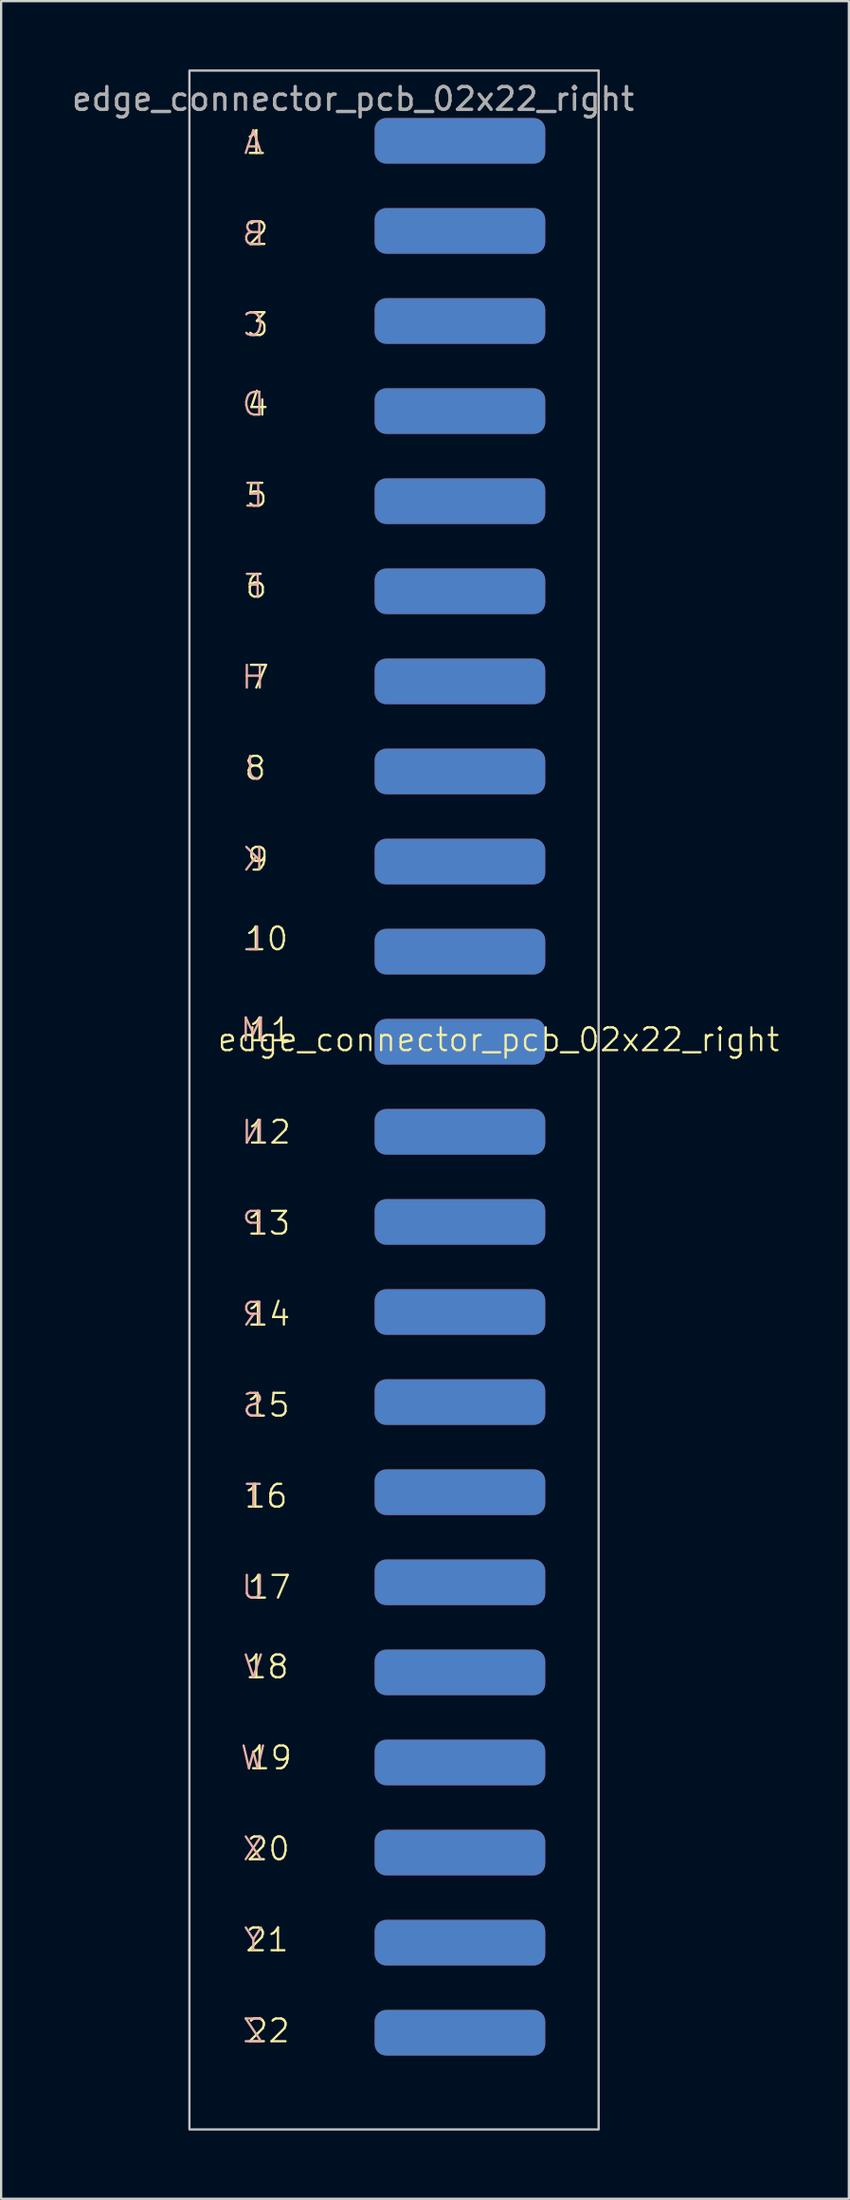
<source format=kicad_pcb>
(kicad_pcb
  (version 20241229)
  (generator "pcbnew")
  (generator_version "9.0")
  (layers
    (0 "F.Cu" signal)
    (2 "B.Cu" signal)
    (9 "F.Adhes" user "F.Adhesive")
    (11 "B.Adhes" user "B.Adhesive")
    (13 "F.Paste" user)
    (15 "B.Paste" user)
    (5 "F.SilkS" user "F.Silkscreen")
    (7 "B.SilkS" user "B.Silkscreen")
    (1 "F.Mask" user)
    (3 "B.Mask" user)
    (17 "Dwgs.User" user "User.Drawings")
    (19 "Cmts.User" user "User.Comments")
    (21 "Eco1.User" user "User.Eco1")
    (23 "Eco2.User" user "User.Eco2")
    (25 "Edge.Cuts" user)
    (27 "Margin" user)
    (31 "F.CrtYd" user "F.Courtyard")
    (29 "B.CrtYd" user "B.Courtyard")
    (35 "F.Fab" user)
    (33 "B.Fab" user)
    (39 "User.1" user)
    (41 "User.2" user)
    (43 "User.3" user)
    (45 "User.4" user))
  (footprint "edge_connector_pcb_02x22_right"
    (layer "F.Cu")
    (at 21.282 43.8)
    (property "Reference" "edge_connector_pcb_02x22_right" (at -2.4 -1.15 0) (unlocked yes) (layer "F.SilkS") (effects (font (size 1 1) (thickness 0.1))))
    (attr smd)
    (fp_rect (start -16 -43.75) (end 2 46.75) (stroke (width 0.1) (type default)) (fill no) (layer "Dwgs.User"))
    (fp_text user "19" (at -13.457 31 0) (unlocked yes) (layer "F.SilkS") (effects (font (size 1 1) (thickness 0.1)) (justify left bottom)))
    (fp_text user "13" (at -13.529 7.5 0) (unlocked yes) (layer "F.SilkS") (effects (font (size 1 1) (thickness 0.1)) (justify left bottom)))
    (fp_text user "16" (at -13.648 19.5 0) (unlocked yes) (layer "F.SilkS") (effects (font (size 1 1) (thickness 0.1)) (justify left bottom)))
    (fp_text user "22" (at -13.552 43 0) (unlocked yes) (layer "F.SilkS") (effects (font (size 1 1) (thickness 0.1)) (justify left bottom)))
    (fp_text user "21" (at -13.6 39 0) (unlocked yes) (layer "F.SilkS") (effects (font (size 1 1) (thickness 0.1)) (justify left bottom)))
    (fp_text user "7" (at -13.505 -16.5 0) (unlocked yes) (layer "F.SilkS") (effects (font (size 1 1) (thickness 0.1)) (justify left bottom)))
    (fp_text user "9" (at -13.529 -8.5 0) (unlocked yes) (layer "F.SilkS") (effects (font (size 1 1) (thickness 0.1)) (justify left bottom)))
    (fp_text user "8" (at -13.648 -12.5 0) (unlocked yes) (layer "F.SilkS") (effects (font (size 1 1) (thickness 0.1)) (justify left bottom)))
    (fp_text user "18" (at -13.6 27 0) (unlocked yes) (layer "F.SilkS") (effects (font (size 1 1) (thickness 0.1)) (justify left bottom)))
    (fp_text user "5" (at -13.576 -24.5 0) (unlocked yes) (layer "F.SilkS") (effects (font (size 1 1) (thickness 0.1)) (justify left bottom)))
    (fp_text user "14" (at -13.529 11.5 0) (unlocked yes) (layer "F.SilkS") (effects (font (size 1 1) (thickness 0.1)) (justify left bottom)))
    (fp_text user "15" (at -13.552 15.5 0) (unlocked yes) (layer "F.SilkS") (effects (font (size 1 1) (thickness 0.1)) (justify left bottom)))
    (fp_text user "10" (at -13.624 -5 0) (unlocked yes) (layer "F.SilkS") (effects (font (size 1 1) (thickness 0.1)) (justify left bottom)))
    (fp_text user "17" (at -13.505 23.5 0) (unlocked yes) (layer "F.SilkS") (effects (font (size 1 1) (thickness 0.1)) (justify left bottom)))
    (fp_text user "1" (at -13.6 -40 0) (unlocked yes) (layer "F.SilkS") (effects (font (size 1 1) (thickness 0.1)) (justify left bottom)))
    (fp_text user "4" (at -13.529 -28.5 0) (unlocked yes) (layer "F.SilkS") (effects (font (size 1 1) (thickness 0.1)) (justify left bottom)))
    (fp_text user "2" (at -13.529 -36 0) (unlocked yes) (layer "F.SilkS") (effects (font (size 1 1) (thickness 0.1)) (justify left bottom)))
    (fp_text user "6" (at -13.6 -20.5 0) (unlocked yes) (layer "F.SilkS") (effects (font (size 1 1) (thickness 0.1)) (justify left bottom)))
    (fp_text user "12" (at -13.505 3.5 0) (unlocked yes) (layer "F.SilkS") (effects (font (size 1 1) (thickness 0.1)) (justify left bottom)))
    (fp_text user "20" (at -13.552 35 0) (unlocked yes) (layer "F.SilkS") (effects (font (size 1 1) (thickness 0.1)) (justify left bottom)))
    (fp_text user "3" (at -13.529 -32 0) (unlocked yes) (layer "F.SilkS") (effects (font (size 1 1) (thickness 0.1)) (justify left bottom)))
    (fp_text user "11" (at -13.457 -1 0) (unlocked yes) (layer "F.SilkS") (effects (font (size 1 1) (thickness 0.1)) (justify left bottom)))
    (fp_text user "D" (at -12.624 -28.5 0) (unlocked yes) (layer "B.SilkS") (effects (font (size 1 1) (thickness 0.1)) (justify left bottom mirror)))
    (fp_text user "U" (at -12.6 23.5 0) (unlocked yes) (layer "B.SilkS") (effects (font (size 1 1) (thickness 0.1)) (justify left bottom mirror)))
    (fp_text user "E" (at -12.671 -24.5 0) (unlocked yes) (layer "B.SilkS") (effects (font (size 1 1) (thickness 0.1)) (justify left bottom mirror)))
    (fp_text user "M" (at -12.552 -1 0) (unlocked yes) (layer "B.SilkS") (effects (font (size 1 1) (thickness 0.1)) (justify left bottom mirror)))
    (fp_text user "A" (at -12.695 -40 0) (unlocked yes) (layer "B.SilkS") (effects (font (size 1 1) (thickness 0.1)) (justify left bottom mirror)))
    (fp_text user "L" (at -12.719 -5 0) (unlocked yes) (layer "B.SilkS") (effects (font (size 1 1) (thickness 0.1)) (justify left bottom mirror)))
    (fp_text user "K" (at -12.624 -8.5 0) (unlocked yes) (layer "B.SilkS") (effects (font (size 1 1) (thickness 0.1)) (justify left bottom mirror)))
    (fp_text user "F" (at -12.695 -20.5 0) (unlocked yes) (layer "B.SilkS") (effects (font (size 1 1) (thickness 0.1)) (justify left bottom mirror)))
    (fp_text user "W" (at -12.552 31 0) (unlocked yes) (layer "B.SilkS") (effects (font (size 1 1) (thickness 0.1)) (justify left bottom mirror)))
    (fp_text user "J" (at -12.743 -12.5 0) (unlocked yes) (layer "B.SilkS") (effects (font (size 1 1) (thickness 0.1)) (justify left bottom mirror)))
    (fp_text user "T" (at -12.743 19.5 0) (unlocked yes) (layer "B.SilkS") (effects (font (size 1 1) (thickness 0.1)) (justify left bottom mirror)))
    (fp_text user "R" (at -12.624 11.5 0) (unlocked yes) (layer "B.SilkS") (effects (font (size 1 1) (thickness 0.1)) (justify left bottom mirror)))
    (fp_text user "C" (at -12.624 -32 0) (unlocked yes) (layer "B.SilkS") (effects (font (size 1 1) (thickness 0.1)) (justify left bottom mirror)))
    (fp_text user "Z" (at -12.648 43 0) (unlocked yes) (layer "B.SilkS") (effects (font (size 1 1) (thickness 0.1)) (justify left bottom mirror)))
    (fp_text user "H" (at -12.6 -16.5 0) (unlocked yes) (layer "B.SilkS") (effects (font (size 1 1) (thickness 0.1)) (justify left bottom mirror)))
    (fp_text user "X" (at -12.648 35 0) (unlocked yes) (layer "B.SilkS") (effects (font (size 1 1) (thickness 0.1)) (justify left bottom mirror)))
    (fp_text user "Y" (at -12.695 39 0) (unlocked yes) (layer "B.SilkS") (effects (font (size 1 1) (thickness 0.1)) (justify left bottom mirror)))
    (fp_text user "P" (at -12.624 7.5 0) (unlocked yes) (layer "B.SilkS") (effects (font (size 1 1) (thickness 0.1)) (justify left bottom mirror)))
    (fp_text user "V" (at -12.695 27 0) (unlocked yes) (layer "B.SilkS") (effects (font (size 1 1) (thickness 0.1)) (justify left bottom mirror)))
    (fp_text user "S" (at -12.648 15.5 0) (unlocked yes) (layer "B.SilkS") (effects (font (size 1 1) (thickness 0.1)) (justify left bottom mirror)))
    (fp_text user "N" (at -12.6 3.5 0) (unlocked yes) (layer "B.SilkS") (effects (font (size 1 1) (thickness 0.1)) (justify left bottom mirror)))
    (fp_text user "B" (at -12.624 -36 0) (unlocked yes) (layer "B.SilkS") (effects (font (size 1 1) (thickness 0.1)) (justify left bottom mirror)))
    (fp_text user "${REFERENCE}" (at -8.8 -42.5 0) (unlocked yes) (layer "F.Fab") (effects (font (size 1 1) (thickness 0.15))))
    (pad "1" smd roundrect (at -4.1 -40.66) (size 7.5 2) (layers "F.Cu" "F.Mask" "F.Paste") (roundrect_rratio 0.25))
    (pad "2" smd roundrect (at -4.1 -36.7) (size 7.5 2) (layers "F.Cu" "F.Mask" "F.Paste") (roundrect_rratio 0.25))
    (pad "3" smd roundrect (at -4.1 -32.74) (size 7.5 2) (layers "F.Cu" "F.Mask" "F.Paste") (roundrect_rratio 0.25))
    (pad "4" smd roundrect (at -4.1 -28.78) (size 7.5 2) (layers "F.Cu" "F.Mask" "F.Paste") (roundrect_rratio 0.25))
    (pad "5" smd roundrect (at -4.1 -24.82) (size 7.5 2) (layers "F.Cu" "F.Mask" "F.Paste") (roundrect_rratio 0.25))
    (pad "6" smd roundrect (at -4.1 -20.86) (size 7.5 2) (layers "F.Cu" "F.Mask" "F.Paste") (roundrect_rratio 0.25))
    (pad "7" smd roundrect (at -4.1 -16.9) (size 7.5 2) (layers "F.Cu" "F.Mask" "F.Paste") (roundrect_rratio 0.25))
    (pad "8" smd roundrect (at -4.1 -12.94) (size 7.5 2) (layers "F.Cu" "F.Mask" "F.Paste") (roundrect_rratio 0.25))
    (pad "9" smd roundrect (at -4.1 -8.98) (size 7.5 2) (layers "F.Cu" "F.Mask" "F.Paste") (roundrect_rratio 0.25))
    (pad "10" smd roundrect (at -4.1 -5.02) (size 7.5 2) (layers "F.Cu" "F.Mask" "F.Paste") (roundrect_rratio 0.25))
    (pad "11" smd roundrect (at -4.1 -1.06) (size 7.5 2) (layers "F.Cu" "F.Mask" "F.Paste") (roundrect_rratio 0.25))
    (pad "12" smd roundrect (at -4.1 2.9) (size 7.5 2) (layers "F.Cu" "F.Mask" "F.Paste") (roundrect_rratio 0.25))
    (pad "13" smd roundrect (at -4.1 6.86) (size 7.5 2) (layers "F.Cu" "F.Mask" "F.Paste") (roundrect_rratio 0.25))
    (pad "14" smd roundrect (at -4.1 10.82) (size 7.5 2) (layers "F.Cu" "F.Mask" "F.Paste") (roundrect_rratio 0.25))
    (pad "15" smd roundrect (at -4.1 14.78) (size 7.5 2) (layers "F.Cu" "F.Mask" "F.Paste") (roundrect_rratio 0.25))
    (pad "16" smd roundrect (at -4.1 18.74) (size 7.5 2) (layers "F.Cu" "F.Mask" "F.Paste") (roundrect_rratio 0.25))
    (pad "17" smd roundrect (at -4.1 22.7) (size 7.5 2) (layers "F.Cu" "F.Mask" "F.Paste") (roundrect_rratio 0.25))
    (pad "18" smd roundrect (at -4.1 26.66) (size 7.5 2) (layers "F.Cu" "F.Mask" "F.Paste") (roundrect_rratio 0.25))
    (pad "19" smd roundrect (at -4.1 30.62) (size 7.5 2) (layers "F.Cu" "F.Mask" "F.Paste") (roundrect_rratio 0.25))
    (pad "20" smd roundrect (at -4.1 34.58) (size 7.5 2) (layers "F.Cu" "F.Mask" "F.Paste") (roundrect_rratio 0.25))
    (pad "21" smd roundrect (at -4.1 38.54) (size 7.5 2) (layers "F.Cu" "F.Mask" "F.Paste") (roundrect_rratio 0.25))
    (pad "22" smd roundrect (at -4.1 42.5) (size 7.5 2) (layers "F.Cu" "F.Mask" "F.Paste") (roundrect_rratio 0.25))
    (pad "23" smd roundrect (at -4.1 -40.66) (size 7.5 2) (layers "B.Cu" "B.Mask" "B.Paste") (roundrect_rratio 0.25))
    (pad "24" smd roundrect (at -4.1 -36.7) (size 7.5 2) (layers "B.Cu" "B.Mask" "B.Paste") (roundrect_rratio 0.25))
    (pad "25" smd roundrect (at -4.1 -32.74) (size 7.5 2) (layers "B.Cu" "B.Mask" "B.Paste") (roundrect_rratio 0.25))
    (pad "26" smd roundrect (at -4.1 -28.78) (size 7.5 2) (layers "B.Cu" "B.Mask" "B.Paste") (roundrect_rratio 0.25))
    (pad "27" smd roundrect (at -4.1 -24.82) (size 7.5 2) (layers "B.Cu" "B.Mask" "B.Paste") (roundrect_rratio 0.25))
    (pad "28" smd roundrect (at -4.1 -20.86) (size 7.5 2) (layers "B.Cu" "B.Mask" "B.Paste") (roundrect_rratio 0.25))
    (pad "29" smd roundrect (at -4.1 -16.9) (size 7.5 2) (layers "B.Cu" "B.Mask" "B.Paste") (roundrect_rratio 0.25))
    (pad "30" smd roundrect (at -4.1 -12.94) (size 7.5 2) (layers "B.Cu" "B.Mask" "B.Paste") (roundrect_rratio 0.25))
    (pad "31" smd roundrect (at -4.1 -8.98) (size 7.5 2) (layers "B.Cu" "B.Mask" "B.Paste") (roundrect_rratio 0.25))
    (pad "32" smd roundrect (at -4.1 -5.02) (size 7.5 2) (layers "B.Cu" "B.Mask" "B.Paste") (roundrect_rratio 0.25))
    (pad "33" smd roundrect (at -4.1 -1.06) (size 7.5 2) (layers "B.Cu" "B.Mask" "B.Paste") (roundrect_rratio 0.25))
    (pad "34" smd roundrect (at -4.1 2.9) (size 7.5 2) (layers "B.Cu" "B.Mask" "B.Paste") (roundrect_rratio 0.25))
    (pad "35" smd roundrect (at -4.1 6.86) (size 7.5 2) (layers "B.Cu" "B.Mask" "B.Paste") (roundrect_rratio 0.25))
    (pad "36" smd roundrect (at -4.1 10.82) (size 7.5 2) (layers "B.Cu" "B.Mask" "B.Paste") (roundrect_rratio 0.25))
    (pad "37" smd roundrect (at -4.1 14.78) (size 7.5 2) (layers "B.Cu" "B.Mask" "B.Paste") (roundrect_rratio 0.25))
    (pad "38" smd roundrect (at -4.1 18.74) (size 7.5 2) (layers "B.Cu" "B.Mask" "B.Paste") (roundrect_rratio 0.25))
    (pad "39" smd roundrect (at -4.1 22.7) (size 7.5 2) (layers "B.Cu" "B.Mask" "B.Paste") (roundrect_rratio 0.25))
    (pad "40" smd roundrect (at -4.1 26.66) (size 7.5 2) (layers "B.Cu" "B.Mask" "B.Paste") (roundrect_rratio 0.25))
    (pad "41" smd roundrect (at -4.1 30.62) (size 7.5 2) (layers "B.Cu" "B.Mask" "B.Paste") (roundrect_rratio 0.25))
    (pad "42" smd roundrect (at -4.1 34.58) (size 7.5 2) (layers "B.Cu" "B.Mask" "B.Paste") (roundrect_rratio 0.25))
    (pad "43" smd roundrect (at -4.1 38.54) (size 7.5 2) (layers "B.Cu" "B.Mask" "B.Paste") (roundrect_rratio 0.25))
    (pad "44" smd roundrect (at -4.1 42.5) (size 7.5 2) (layers "B.Cu" "B.Mask" "B.Paste") (roundrect_rratio 0.25)))
  (gr_rect
    (start -3 -3)
    (end 34.289 93.6)
    (stroke (width 0.1) (type default))
    (fill no)
    (layer "Edge.Cuts")))
</source>
